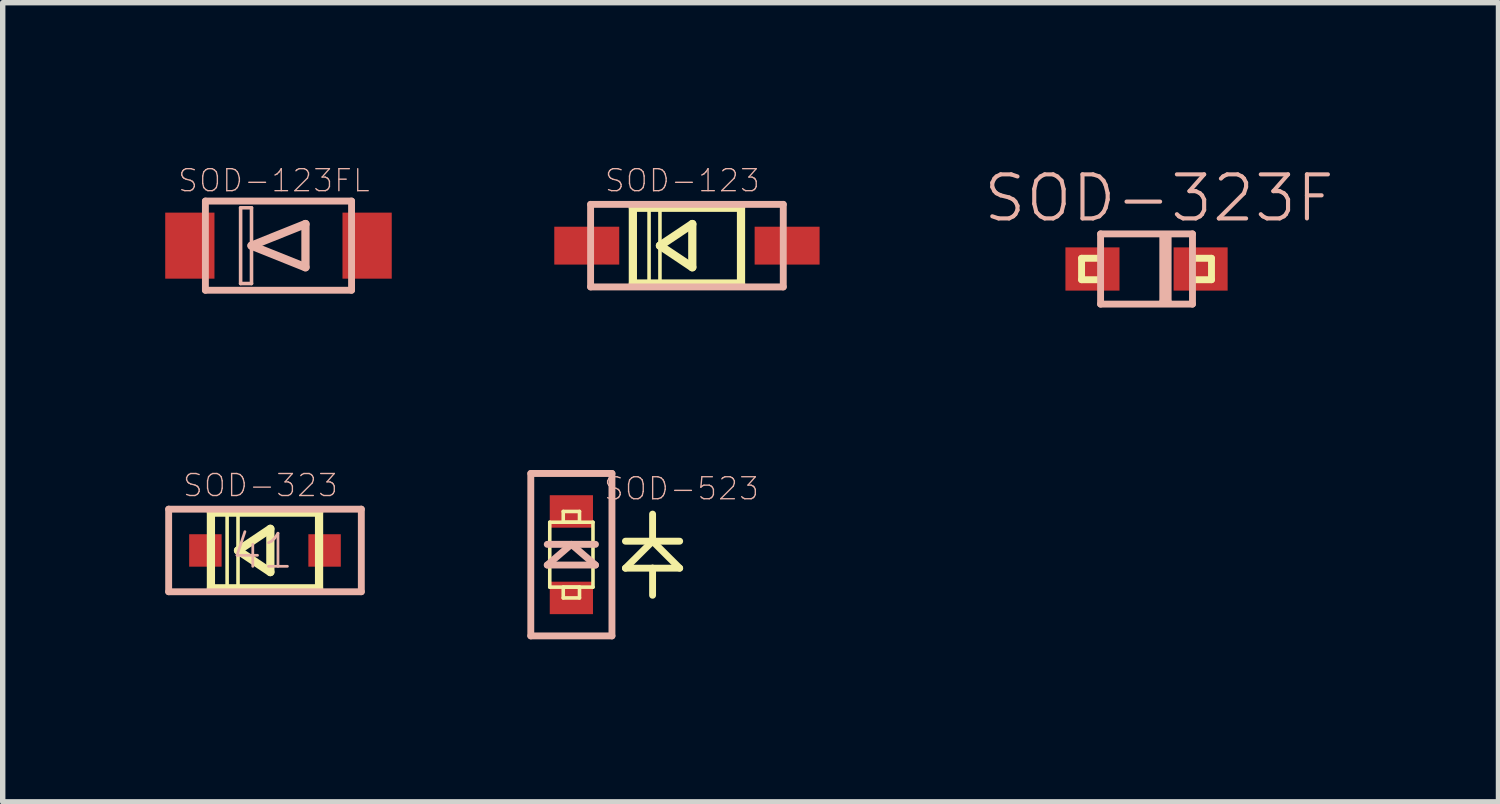
<source format=kicad_pcb>
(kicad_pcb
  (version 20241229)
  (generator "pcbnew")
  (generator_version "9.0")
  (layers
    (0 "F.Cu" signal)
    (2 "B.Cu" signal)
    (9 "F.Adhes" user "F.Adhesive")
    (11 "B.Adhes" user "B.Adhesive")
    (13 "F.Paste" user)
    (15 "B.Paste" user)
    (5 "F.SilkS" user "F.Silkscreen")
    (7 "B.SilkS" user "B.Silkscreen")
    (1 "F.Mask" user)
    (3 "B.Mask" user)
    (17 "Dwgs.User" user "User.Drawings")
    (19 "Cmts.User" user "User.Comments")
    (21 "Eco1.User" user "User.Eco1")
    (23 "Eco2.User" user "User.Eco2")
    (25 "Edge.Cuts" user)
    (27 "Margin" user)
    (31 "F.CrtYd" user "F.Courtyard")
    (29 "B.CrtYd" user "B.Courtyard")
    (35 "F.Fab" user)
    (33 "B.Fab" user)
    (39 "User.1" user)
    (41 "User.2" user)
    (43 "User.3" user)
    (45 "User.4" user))
  (footprint "SOD-323F"
    (layer "F.Cu")
    (at 18.112 1.915)
    (property "Reference" "SOD-323F" (at 0.231 -1.306 0) (layer "B.SilkS") (effects (font (size 0.813 0.813) (thickness 0.076))))
    (attr smd)
    (fp_line (start -1.199 -0.198) (end -1.199 0.198) (stroke (width 0.127) (type solid)) (layer "F.SilkS"))
    (fp_line (start -1.199 0.198) (end -0.899 0.198) (stroke (width 0.127) (type solid)) (layer "F.SilkS"))
    (fp_line (start -0.899 -0.198) (end -1.199 -0.198) (stroke (width 0.127) (type solid)) (layer "F.SilkS"))
    (fp_line (start 0.899 -0.198) (end 1.199 -0.198) (stroke (width 0.127) (type solid)) (layer "F.SilkS"))
    (fp_line (start 1.199 -0.198) (end 1.199 0.198) (stroke (width 0.127) (type solid)) (layer "F.SilkS"))
    (fp_line (start 1.199 0.198) (end 0.899 0.198) (stroke (width 0.127) (type solid)) (layer "F.SilkS"))
    (fp_line (start -0.848 -0.648) (end 0.848 -0.648) (stroke (width 0.127) (type solid)) (layer "B.SilkS"))
    (fp_line (start -0.848 0.648) (end -0.848 -0.648) (stroke (width 0.127) (type solid)) (layer "B.SilkS"))
    (fp_line (start 0.3 0.599) (end 0.3 -0.599) (stroke (width 0.127) (type solid)) (layer "B.SilkS"))
    (fp_line (start 0.399 -0.599) (end 0.399 0.599) (stroke (width 0.127) (type solid)) (layer "B.SilkS"))
    (fp_line (start 0.399 0.599) (end 0.3 0.599) (stroke (width 0.127) (type solid)) (layer "B.SilkS"))
    (fp_line (start 0.848 -0.648) (end 0.848 0.648) (stroke (width 0.127) (type solid)) (layer "B.SilkS"))
    (fp_line (start 0.848 0.648) (end -0.848 0.648) (stroke (width 0.127) (type solid)) (layer "B.SilkS"))
    (pad "A" smd rect (at -0.998 0) (size 0.998 0.798) (layers "F.Cu" "F.Mask" "F.Paste"))
    (pad "C" smd rect (at 0.998 0) (size 0.998 0.798) (layers "F.Cu" "F.Mask" "F.Paste")))
  (footprint "SOD-123"
    (layer "F.Cu")
    (at 9.629 1.484)
    (property "Reference" "SOD-123" (at -0.084 -1.201 0) (layer "B.SilkS") (effects (font (size 0.406 0.406) (thickness 0.025))))
    (attr smd)
    (fp_line (start -0.998 -0.699) (end 0.998 -0.699) (stroke (width 0.152) (type solid)) (layer "F.SilkS"))
    (fp_line (start -0.998 0.699) (end -0.998 -0.699) (stroke (width 0.152) (type solid)) (layer "F.SilkS"))
    (fp_line (start -0.699 -0.699) (end -0.498 -0.699) (stroke (width 0.066) (type solid)) (layer "F.SilkS"))
    (fp_line (start -0.699 0.699) (end -0.699 -0.699) (stroke (width 0.066) (type solid)) (layer "F.SilkS"))
    (fp_line (start -0.699 0.699) (end -0.498 0.699) (stroke (width 0.066) (type solid)) (layer "F.SilkS"))
    (fp_line (start -0.498 0) (end 0.099 -0.399) (stroke (width 0.152) (type solid)) (layer "F.SilkS"))
    (fp_line (start -0.498 0.699) (end -0.498 -0.699) (stroke (width 0.066) (type solid)) (layer "F.SilkS"))
    (fp_line (start 0.099 -0.399) (end 0.099 0.399) (stroke (width 0.152) (type solid)) (layer "F.SilkS"))
    (fp_line (start 0.099 0.399) (end -0.498 0) (stroke (width 0.152) (type solid)) (layer "F.SilkS"))
    (fp_line (start 0.998 -0.699) (end 0.998 0.699) (stroke (width 0.152) (type solid)) (layer "F.SilkS"))
    (fp_line (start 0.998 0.699) (end -0.998 0.699) (stroke (width 0.152) (type solid)) (layer "F.SilkS"))
    (fp_line (start -1.778 -0.762) (end 1.778 -0.762) (stroke (width 0.127) (type solid)) (layer "B.SilkS"))
    (fp_line (start -1.778 0.762) (end -1.778 -0.762) (stroke (width 0.127) (type solid)) (layer "B.SilkS"))
    (fp_line (start 1.778 -0.762) (end 1.778 0.762) (stroke (width 0.127) (type solid)) (layer "B.SilkS"))
    (fp_line (start 1.778 0.762) (end -1.778 0.762) (stroke (width 0.127) (type solid)) (layer "B.SilkS"))
    (pad "A" smd rect (at 1.849 0) (size 1.199 0.699) (layers "F.Cu" "F.Mask" "F.Paste"))
    (pad "C" smd rect (at -1.849 0) (size 1.199 0.699) (layers "F.Cu" "F.Mask" "F.Paste")))
  (footprint "SOD-523"
    (layer "F.Cu")
    (at 7.496 7.188)
    (property "Reference" "SOD-523" (at 2.032 -1.219 0) (layer "B.SilkS") (effects (font (size 0.406 0.406) (thickness 0.025))))
    (attr smd)
    (fp_line (start -0.399 -0.599) (end 0.399 -0.599) (stroke (width 0.066) (type solid)) (layer "F.SilkS"))
    (fp_line (start -0.399 0.599) (end -0.399 -0.599) (stroke (width 0.066) (type solid)) (layer "F.SilkS"))
    (fp_line (start -0.399 0.599) (end 0.399 0.599) (stroke (width 0.066) (type solid)) (layer "F.SilkS"))
    (fp_line (start -0.15 -0.798) (end 0.15 -0.798) (stroke (width 0.066) (type solid)) (layer "F.SilkS"))
    (fp_line (start -0.15 -0.599) (end -0.15 -0.798) (stroke (width 0.066) (type solid)) (layer "F.SilkS"))
    (fp_line (start -0.15 -0.599) (end 0.15 -0.599) (stroke (width 0.066) (type solid)) (layer "F.SilkS"))
    (fp_line (start -0.15 0.599) (end 0.15 0.599) (stroke (width 0.066) (type solid)) (layer "F.SilkS"))
    (fp_line (start -0.15 0.798) (end -0.15 0.599) (stroke (width 0.066) (type solid)) (layer "F.SilkS"))
    (fp_line (start -0.15 0.798) (end 0.15 0.798) (stroke (width 0.066) (type solid)) (layer "F.SilkS"))
    (fp_line (start 0.15 -0.599) (end 0.15 -0.798) (stroke (width 0.066) (type solid)) (layer "F.SilkS"))
    (fp_line (start 0.15 0.798) (end 0.15 0.599) (stroke (width 0.066) (type solid)) (layer "F.SilkS"))
    (fp_line (start 0.399 0.599) (end 0.399 -0.599) (stroke (width 0.066) (type solid)) (layer "F.SilkS"))
    (fp_line (start 0.998 -0.249) (end 1.499 -0.249) (stroke (width 0.127) (type solid)) (layer "F.SilkS"))
    (fp_line (start 0.998 0.249) (end 1.499 0.249) (stroke (width 0.127) (type solid)) (layer "F.SilkS"))
    (fp_line (start 1.499 -0.249) (end 0.998 0.249) (stroke (width 0.127) (type solid)) (layer "F.SilkS"))
    (fp_line (start 1.499 -0.249) (end 1.499 -0.749) (stroke (width 0.127) (type solid)) (layer "F.SilkS"))
    (fp_line (start 1.499 -0.249) (end 1.999 -0.249) (stroke (width 0.127) (type solid)) (layer "F.SilkS"))
    (fp_line (start 1.499 0.249) (end 1.499 0.749) (stroke (width 0.127) (type solid)) (layer "F.SilkS"))
    (fp_line (start 1.499 0.249) (end 1.999 0.249) (stroke (width 0.127) (type solid)) (layer "F.SilkS"))
    (fp_line (start 1.999 0.249) (end 1.499 -0.249) (stroke (width 0.127) (type solid)) (layer "F.SilkS"))
    (fp_line (start -0.749 -1.499) (end 0.749 -1.499) (stroke (width 0.127) (type solid)) (layer "B.SilkS"))
    (fp_line (start -0.749 1.499) (end -0.749 -1.499) (stroke (width 0.127) (type solid)) (layer "B.SilkS"))
    (fp_line (start -0.445 -0.191) (end 0.445 -0.191) (stroke (width 0.127) (type solid)) (layer "B.SilkS"))
    (fp_line (start -0.445 0.191) (end 0.445 0.191) (stroke (width 0.127) (type solid)) (layer "B.SilkS"))
    (fp_line (start 0 -0.191) (end -0.445 0.191) (stroke (width 0.127) (type solid)) (layer "B.SilkS"))
    (fp_line (start 0.445 0.191) (end 0 -0.191) (stroke (width 0.127) (type solid)) (layer "B.SilkS"))
    (fp_line (start 0.749 -1.499) (end 0.749 1.499) (stroke (width 0.127) (type solid)) (layer "B.SilkS"))
    (fp_line (start 0.749 1.499) (end -0.749 1.499) (stroke (width 0.127) (type solid)) (layer "B.SilkS"))
    (pad "A" smd rect (at 0 0.798) (size 0.798 0.599) (layers "F.Cu" "F.Mask" "F.Paste"))
    (pad "K" smd rect (at 0 -0.798) (size 0.798 0.599) (layers "F.Cu" "F.Mask" "F.Paste")))
  (footprint "SOD-123FL"
    (layer "F.Cu")
    (at 2.09 1.484)
    (property "Reference" "SOD-123FL" (at -0.084 -1.201 0) (layer "B.SilkS") (effects (font (size 0.406 0.406) (thickness 0.025))))
    (attr smd)
    (fp_line (start -1.349 -0.823) (end 1.349 -0.823) (stroke (width 0.127) (type solid)) (layer "B.SilkS"))
    (fp_line (start -1.349 0.823) (end -1.349 -0.823) (stroke (width 0.127) (type solid)) (layer "B.SilkS"))
    (fp_line (start -0.699 -0.699) (end -0.498 -0.699) (stroke (width 0.066) (type solid)) (layer "B.SilkS"))
    (fp_line (start -0.699 0.699) (end -0.699 -0.699) (stroke (width 0.066) (type solid)) (layer "B.SilkS"))
    (fp_line (start -0.699 0.699) (end -0.498 0.699) (stroke (width 0.066) (type solid)) (layer "B.SilkS"))
    (fp_line (start -0.498 0) (end 0.498 -0.399) (stroke (width 0.152) (type solid)) (layer "B.SilkS"))
    (fp_line (start -0.498 0.699) (end -0.498 -0.699) (stroke (width 0.066) (type solid)) (layer "B.SilkS"))
    (fp_line (start 0.498 -0.399) (end 0.498 0.399) (stroke (width 0.152) (type solid)) (layer "B.SilkS"))
    (fp_line (start 0.498 0.399) (end -0.498 0) (stroke (width 0.152) (type solid)) (layer "B.SilkS"))
    (fp_line (start 1.349 -0.823) (end 1.349 0.823) (stroke (width 0.127) (type solid)) (layer "B.SilkS"))
    (fp_line (start 1.349 0.823) (end -1.349 0.823) (stroke (width 0.127) (type solid)) (layer "B.SilkS"))
    (pad "A" smd rect (at 1.636 0) (size 0.909 1.219) (layers "F.Cu" "F.Mask" "F.Paste"))
    (pad "C" smd rect (at -1.636 0) (size 0.909 1.219) (layers "F.Cu" "F.Mask" "F.Paste")))
  (footprint "SOD-323"
    (layer "F.Cu")
    (at 1.841 7.11)
    (property "Reference" "SOD-323" (at -0.084 -1.201 0) (layer "B.SilkS") (effects (font (size 0.406 0.406) (thickness 0.025))))
    (attr smd)
    (fp_line (start -0.998 -0.699) (end 0.998 -0.699) (stroke (width 0.152) (type solid)) (layer "F.SilkS"))
    (fp_line (start -0.998 0.699) (end -0.998 -0.699) (stroke (width 0.152) (type solid)) (layer "F.SilkS"))
    (fp_line (start -0.699 -0.699) (end -0.498 -0.699) (stroke (width 0.066) (type solid)) (layer "F.SilkS"))
    (fp_line (start -0.699 0.699) (end -0.699 -0.699) (stroke (width 0.066) (type solid)) (layer "F.SilkS"))
    (fp_line (start -0.699 0.699) (end -0.498 0.699) (stroke (width 0.066) (type solid)) (layer "F.SilkS"))
    (fp_line (start -0.498 0) (end 0.099 -0.399) (stroke (width 0.152) (type solid)) (layer "F.SilkS"))
    (fp_line (start -0.498 0.699) (end -0.498 -0.699) (stroke (width 0.066) (type solid)) (layer "F.SilkS"))
    (fp_line (start 0.099 -0.399) (end 0.099 0.399) (stroke (width 0.152) (type solid)) (layer "F.SilkS"))
    (fp_line (start 0.099 0.399) (end -0.498 0) (stroke (width 0.152) (type solid)) (layer "F.SilkS"))
    (fp_line (start 0.998 -0.699) (end 0.998 0.699) (stroke (width 0.152) (type solid)) (layer "F.SilkS"))
    (fp_line (start 0.998 0.699) (end -0.998 0.699) (stroke (width 0.152) (type solid)) (layer "F.SilkS"))
    (fp_line (start -1.778 -0.762) (end 1.778 -0.762) (stroke (width 0.127) (type solid)) (layer "B.SilkS"))
    (fp_line (start -1.778 0.762) (end -1.778 -0.762) (stroke (width 0.127) (type solid)) (layer "B.SilkS"))
    (fp_line (start 1.778 -0.762) (end 1.778 0.762) (stroke (width 0.127) (type solid)) (layer "B.SilkS"))
    (fp_line (start 1.778 0.762) (end -1.778 0.762) (stroke (width 0.127) (type solid)) (layer "B.SilkS"))
    (fp_text user "41" (at -0.051 0.013 180) (layer "B.SilkS") (effects (font (size 0.61 0.61) (thickness 0.051))))
    (pad "A" smd rect (at 1.1 0) (size 0.599 0.599) (layers "F.Cu" "F.Mask" "F.Paste"))
    (pad "C" smd rect (at -1.1 0) (size 0.599 0.599) (layers "F.Cu" "F.Mask" "F.Paste")))
  (gr_rect
    (start -3 -3)
    (end 24.608 11.75)
    (stroke (width 0.1) (type default))
    (fill no)
    (layer "Edge.Cuts")))
</source>
